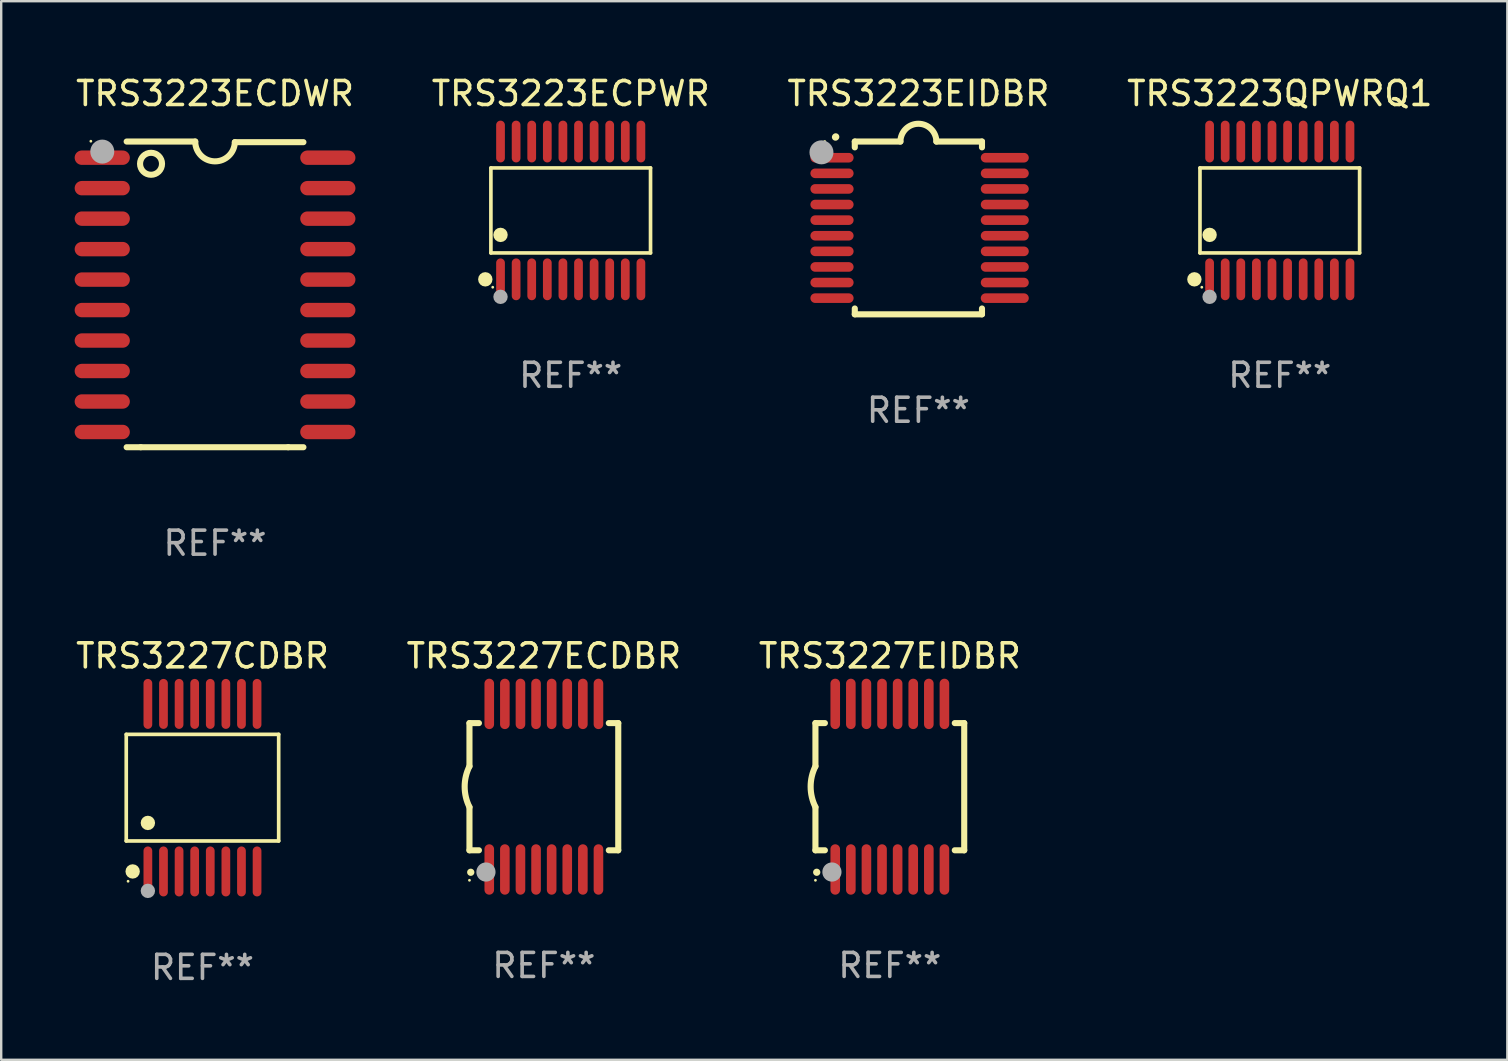
<source format=kicad_pcb>
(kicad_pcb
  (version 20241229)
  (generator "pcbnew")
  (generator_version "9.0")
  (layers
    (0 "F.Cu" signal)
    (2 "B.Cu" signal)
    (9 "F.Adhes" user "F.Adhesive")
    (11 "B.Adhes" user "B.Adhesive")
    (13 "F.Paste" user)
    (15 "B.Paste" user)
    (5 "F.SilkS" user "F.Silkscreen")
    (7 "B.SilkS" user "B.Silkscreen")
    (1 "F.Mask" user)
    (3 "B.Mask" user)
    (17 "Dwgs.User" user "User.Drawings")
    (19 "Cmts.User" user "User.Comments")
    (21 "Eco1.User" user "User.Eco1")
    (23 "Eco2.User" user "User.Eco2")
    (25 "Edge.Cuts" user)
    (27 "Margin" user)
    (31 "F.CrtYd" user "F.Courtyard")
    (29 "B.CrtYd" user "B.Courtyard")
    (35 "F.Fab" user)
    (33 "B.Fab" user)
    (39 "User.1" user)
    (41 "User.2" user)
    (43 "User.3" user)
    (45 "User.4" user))
  (footprint "TRS3227EIDBR"
    (layer "F.Cu")
    (at 34.03 29.732)
    (property "Reference" "TRS3227EIDBR" (at 0 -5.45 0) (layer "F.SilkS") (effects (font (size 1 1) (thickness 0.15))))
    (attr through_hole)
    (fp_line (start -3.1 -2.65) (end -3.1 -0.85) (stroke (width 0.254) (type solid)) (layer "F.SilkS"))
    (fp_line (start -3.1 -2.65) (end -2.706 -2.65) (stroke (width 0.254) (type solid)) (layer "F.SilkS"))
    (fp_line (start -3.1 2.65) (end -3.1 0.85) (stroke (width 0.254) (type solid)) (layer "F.SilkS"))
    (fp_line (start -3.1 2.65) (end -2.706 2.65) (stroke (width 0.254) (type solid)) (layer "F.SilkS"))
    (fp_line (start 2.706 -2.65) (end 3.1 -2.65) (stroke (width 0.254) (type solid)) (layer "F.SilkS"))
    (fp_line (start 2.706 2.65) (end 3.1 2.65) (stroke (width 0.254) (type solid)) (layer "F.SilkS"))
    (fp_line (start 3.1 -2.65) (end 3.1 2.65) (stroke (width 0.254) (type solid)) (layer "F.SilkS"))
    (fp_arc (start -3.098907 0.850902) (mid -3.300057 0.000523) (end -3.1 -0.850114) (stroke (width 0.254001) (type solid)) (layer "F.SilkS"))
    (fp_arc (start -3.048006 3.566066) (mid -3.046736 3.566061) (end -3.045466 3.566066) (stroke (width 0.3) (type solid)) (layer "F.SilkS"))
    (fp_circle (center -3.1 3.9) (end -3.07 3.9) (stroke (width 0.06) (type solid)) (fill no) (layer "F.SilkS"))
    (fp_circle (center -2.413 3.556) (end -2.213 3.556) (stroke (width 0.4) (type solid)) (fill no) (layer "F.Fab"))
    (fp_text user "REF**" (at 0 7.45 0) (layer "F.Fab") (effects (font (size 1 1) (thickness 0.15))))
    (pad "1" smd oval (at -2.275 3.45 180) (size 0.4 2.1) (layers "F.Cu" "F.Mask" "F.Paste"))
    (pad "2" smd oval (at -1.625 3.45 180) (size 0.4 2.1) (layers "F.Cu" "F.Mask" "F.Paste"))
    (pad "3" smd oval (at -0.975 3.45 180) (size 0.4 2.1) (layers "F.Cu" "F.Mask" "F.Paste"))
    (pad "4" smd oval (at -0.325 3.45 180) (size 0.4 2.1) (layers "F.Cu" "F.Mask" "F.Paste"))
    (pad "5" smd oval (at 0.325 3.45 180) (size 0.4 2.1) (layers "F.Cu" "F.Mask" "F.Paste"))
    (pad "6" smd oval (at 0.975 3.45 180) (size 0.4 2.1) (layers "F.Cu" "F.Mask" "F.Paste"))
    (pad "7" smd oval (at 1.625 3.45 180) (size 0.4 2.1) (layers "F.Cu" "F.Mask" "F.Paste"))
    (pad "8" smd oval (at 2.275 3.45 180) (size 0.4 2.1) (layers "F.Cu" "F.Mask" "F.Paste"))
    (pad "9" smd oval (at 2.275 -3.45 180) (size 0.4 2.1) (layers "F.Cu" "F.Mask" "F.Paste"))
    (pad "10" smd oval (at 1.625 -3.45 180) (size 0.4 2.1) (layers "F.Cu" "F.Mask" "F.Paste"))
    (pad "11" smd oval (at 0.975 -3.45 180) (size 0.4 2.1) (layers "F.Cu" "F.Mask" "F.Paste"))
    (pad "12" smd oval (at 0.325 -3.45 180) (size 0.4 2.1) (layers "F.Cu" "F.Mask" "F.Paste"))
    (pad "13" smd oval (at -0.325 -3.45 180) (size 0.4 2.1) (layers "F.Cu" "F.Mask" "F.Paste"))
    (pad "14" smd oval (at -0.975 -3.45 180) (size 0.4 2.1) (layers "F.Cu" "F.Mask" "F.Paste"))
    (pad "15" smd oval (at -1.625 -3.45 180) (size 0.4 2.1) (layers "F.Cu" "F.Mask" "F.Paste"))
    (pad "16" smd oval (at -2.275 -3.45 180) (size 0.4 2.1) (layers "F.Cu" "F.Mask" "F.Paste")))
  (footprint "TRS3223EIDBR"
    (layer "F.Cu")
    (at 35.22 6.448)
    (property "Reference" "TRS3223EIDBR" (at 0 -5.6 0) (layer "F.SilkS") (effects (font (size 1 1) (thickness 0.15))))
    (attr through_hole)
    (fp_line (start -2.65 -3.6) (end -2.65 -3.357) (stroke (width 0.254) (type solid)) (layer "F.SilkS"))
    (fp_line (start -2.65 -3.6) (end -0.75 -3.6) (stroke (width 0.254) (type solid)) (layer "F.SilkS"))
    (fp_line (start -2.65 3.357) (end -2.65 3.6) (stroke (width 0.254) (type solid)) (layer "F.SilkS"))
    (fp_line (start 2.65 -3.6) (end 0.75 -3.6) (stroke (width 0.254) (type solid)) (layer "F.SilkS"))
    (fp_line (start 2.65 -3.6) (end 2.65 -3.357) (stroke (width 0.254) (type solid)) (layer "F.SilkS"))
    (fp_line (start 2.65 3.357) (end 2.65 3.6) (stroke (width 0.254) (type solid)) (layer "F.SilkS"))
    (fp_line (start 2.65 3.6) (end -2.65 3.6) (stroke (width 0.254) (type solid)) (layer "F.SilkS"))
    (fp_arc (start -3.454407 -3.784608) (mid -3.449499 -3.78986) (end -3.444247 -3.794768) (stroke (width 0.3) (type solid)) (layer "F.SilkS"))
    (fp_arc (start -0.749301 -3.599186) (mid -0.000051 -4.348844) (end 0.750013 -3.6) (stroke (width 0.254001) (type solid)) (layer "F.SilkS"))
    (fp_circle (center -3.9 -3.6) (end -3.87 -3.6) (stroke (width 0.06) (type solid)) (fill no) (layer "F.SilkS"))
    (fp_circle (center -4.039 -3.15) (end -3.789 -3.15) (stroke (width 0.5) (type solid)) (fill no) (layer "F.Fab"))
    (fp_text user "REF**" (at 0 7.6 0) (layer "F.Fab") (effects (font (size 1 1) (thickness 0.15))))
    (pad "1" smd oval (at -3.6 -2.926 90) (size 0.4 1.8) (layers "F.Cu" "F.Mask" "F.Paste"))
    (pad "2" smd oval (at -3.6 -2.276 90) (size 0.4 1.8) (layers "F.Cu" "F.Mask" "F.Paste"))
    (pad "3" smd oval (at -3.6 -1.626 90) (size 0.4 1.8) (layers "F.Cu" "F.Mask" "F.Paste"))
    (pad "4" smd oval (at -3.6 -0.975 90) (size 0.4 1.8) (layers "F.Cu" "F.Mask" "F.Paste"))
    (pad "5" smd oval (at -3.6 -0.325 90) (size 0.4 1.8) (layers "F.Cu" "F.Mask" "F.Paste"))
    (pad "6" smd oval (at -3.6 0.325 90) (size 0.4 1.8) (layers "F.Cu" "F.Mask" "F.Paste"))
    (pad "7" smd oval (at -3.6 0.975 90) (size 0.4 1.8) (layers "F.Cu" "F.Mask" "F.Paste"))
    (pad "8" smd oval (at -3.6 1.626 90) (size 0.4 1.8) (layers "F.Cu" "F.Mask" "F.Paste"))
    (pad "9" smd oval (at -3.6 2.276 90) (size 0.4 1.8) (layers "F.Cu" "F.Mask" "F.Paste"))
    (pad "10" smd oval (at -3.6 2.926 90) (size 0.4 1.8) (layers "F.Cu" "F.Mask" "F.Paste"))
    (pad "11" smd oval (at 3.6 2.926 90) (size 0.4 2) (layers "F.Cu" "F.Mask" "F.Paste"))
    (pad "12" smd oval (at 3.6 2.276 90) (size 0.4 2) (layers "F.Cu" "F.Mask" "F.Paste"))
    (pad "13" smd oval (at 3.6 1.626 90) (size 0.4 2) (layers "F.Cu" "F.Mask" "F.Paste"))
    (pad "14" smd oval (at 3.6 0.975 90) (size 0.4 2) (layers "F.Cu" "F.Mask" "F.Paste"))
    (pad "15" smd oval (at 3.6 0.325 90) (size 0.4 2) (layers "F.Cu" "F.Mask" "F.Paste"))
    (pad "16" smd oval (at 3.6 -0.325 90) (size 0.4 2) (layers "F.Cu" "F.Mask" "F.Paste"))
    (pad "17" smd oval (at 3.6 -0.975 90) (size 0.4 2) (layers "F.Cu" "F.Mask" "F.Paste"))
    (pad "18" smd oval (at 3.6 -1.626 90) (size 0.4 2) (layers "F.Cu" "F.Mask" "F.Paste"))
    (pad "19" smd oval (at 3.6 -2.276 90) (size 0.4 2) (layers "F.Cu" "F.Mask" "F.Paste"))
    (pad "20" smd oval (at 3.6 -2.926 90) (size 0.4 2) (layers "F.Cu" "F.Mask" "F.Paste")))
  (footprint "TRS3227ECDBR"
    (layer "F.Cu")
    (at 19.613 29.732)
    (property "Reference" "TRS3227ECDBR" (at 0 -5.45 0) (layer "F.SilkS") (effects (font (size 1 1) (thickness 0.15))))
    (attr through_hole)
    (fp_line (start -3.1 -2.65) (end -3.1 -0.85) (stroke (width 0.254) (type solid)) (layer "F.SilkS"))
    (fp_line (start -3.1 -2.65) (end -2.706 -2.65) (stroke (width 0.254) (type solid)) (layer "F.SilkS"))
    (fp_line (start -3.1 2.65) (end -3.1 0.85) (stroke (width 0.254) (type solid)) (layer "F.SilkS"))
    (fp_line (start -3.1 2.65) (end -2.706 2.65) (stroke (width 0.254) (type solid)) (layer "F.SilkS"))
    (fp_line (start 2.706 -2.65) (end 3.1 -2.65) (stroke (width 0.254) (type solid)) (layer "F.SilkS"))
    (fp_line (start 2.706 2.65) (end 3.1 2.65) (stroke (width 0.254) (type solid)) (layer "F.SilkS"))
    (fp_line (start 3.1 -2.65) (end 3.1 2.65) (stroke (width 0.254) (type solid)) (layer "F.SilkS"))
    (fp_arc (start -3.098907 0.850902) (mid -3.300057 0.000523) (end -3.1 -0.850114) (stroke (width 0.254001) (type solid)) (layer "F.SilkS"))
    (fp_arc (start -3.048006 3.566066) (mid -3.046736 3.566061) (end -3.045466 3.566066) (stroke (width 0.3) (type solid)) (layer "F.SilkS"))
    (fp_circle (center -3.1 3.9) (end -3.07 3.9) (stroke (width 0.06) (type solid)) (fill no) (layer "F.SilkS"))
    (fp_circle (center -2.413 3.556) (end -2.213 3.556) (stroke (width 0.4) (type solid)) (fill no) (layer "F.Fab"))
    (fp_text user "REF**" (at 0 7.45 0) (layer "F.Fab") (effects (font (size 1 1) (thickness 0.15))))
    (pad "1" smd oval (at -2.275 3.45 180) (size 0.4 2.1) (layers "F.Cu" "F.Mask" "F.Paste"))
    (pad "2" smd oval (at -1.625 3.45 180) (size 0.4 2.1) (layers "F.Cu" "F.Mask" "F.Paste"))
    (pad "3" smd oval (at -0.975 3.45 180) (size 0.4 2.1) (layers "F.Cu" "F.Mask" "F.Paste"))
    (pad "4" smd oval (at -0.325 3.45 180) (size 0.4 2.1) (layers "F.Cu" "F.Mask" "F.Paste"))
    (pad "5" smd oval (at 0.325 3.45 180) (size 0.4 2.1) (layers "F.Cu" "F.Mask" "F.Paste"))
    (pad "6" smd oval (at 0.975 3.45 180) (size 0.4 2.1) (layers "F.Cu" "F.Mask" "F.Paste"))
    (pad "7" smd oval (at 1.625 3.45 180) (size 0.4 2.1) (layers "F.Cu" "F.Mask" "F.Paste"))
    (pad "8" smd oval (at 2.275 3.45 180) (size 0.4 2.1) (layers "F.Cu" "F.Mask" "F.Paste"))
    (pad "9" smd oval (at 2.275 -3.45 180) (size 0.4 2.1) (layers "F.Cu" "F.Mask" "F.Paste"))
    (pad "10" smd oval (at 1.625 -3.45 180) (size 0.4 2.1) (layers "F.Cu" "F.Mask" "F.Paste"))
    (pad "11" smd oval (at 0.975 -3.45 180) (size 0.4 2.1) (layers "F.Cu" "F.Mask" "F.Paste"))
    (pad "12" smd oval (at 0.325 -3.45 180) (size 0.4 2.1) (layers "F.Cu" "F.Mask" "F.Paste"))
    (pad "13" smd oval (at -0.325 -3.45 180) (size 0.4 2.1) (layers "F.Cu" "F.Mask" "F.Paste"))
    (pad "14" smd oval (at -0.975 -3.45 180) (size 0.4 2.1) (layers "F.Cu" "F.Mask" "F.Paste"))
    (pad "15" smd oval (at -1.625 -3.45 180) (size 0.4 2.1) (layers "F.Cu" "F.Mask" "F.Paste"))
    (pad "16" smd oval (at -2.275 -3.45 180) (size 0.4 2.1) (layers "F.Cu" "F.Mask" "F.Paste")))
  (footprint "TRS3223QPWRQ1"
    (layer "F.Cu")
    (at 50.28 5.719)
    (property "Reference" "TRS3223QPWRQ1" (at 0 -4.871 0) (layer "F.SilkS") (effects (font (size 1 1) (thickness 0.15))))
    (attr through_hole)
    (fp_line (start -3.326 -1.771) (end 3.326 -1.771) (stroke (width 0.152) (type solid)) (layer "F.SilkS"))
    (fp_line (start -3.326 1.771) (end -3.326 -1.771) (stroke (width 0.152) (type solid)) (layer "F.SilkS"))
    (fp_line (start 3.326 -1.771) (end 3.326 1.771) (stroke (width 0.152) (type solid)) (layer "F.SilkS"))
    (fp_line (start 3.326 1.771) (end -3.326 1.771) (stroke (width 0.152) (type solid)) (layer "F.SilkS"))
    (fp_circle (center -3.559 2.871) (end -3.409 2.871) (stroke (width 0.3) (type solid)) (fill no) (layer "F.SilkS"))
    (fp_circle (center -3.25 3.2) (end -3.22 3.2) (stroke (width 0.06) (type solid)) (fill no) (layer "F.SilkS"))
    (fp_circle (center -2.925 1.019) (end -2.775 1.019) (stroke (width 0.3) (type solid)) (fill no) (layer "F.SilkS"))
    (fp_circle (center -2.925 3.6) (end -2.775 3.6) (stroke (width 0.3) (type solid)) (fill no) (layer "F.Fab"))
    (fp_text user "REF**" (at 0 6.871 0) (layer "F.Fab") (effects (font (size 1 1) (thickness 0.15))))
    (pad "1" smd oval (at -2.925 2.871) (size 0.364 1.742) (layers "F.Cu" "F.Mask" "F.Paste"))
    (pad "2" smd oval (at -2.275 2.871) (size 0.364 1.742) (layers "F.Cu" "F.Mask" "F.Paste"))
    (pad "3" smd oval (at -1.625 2.871) (size 0.364 1.742) (layers "F.Cu" "F.Mask" "F.Paste"))
    (pad "4" smd oval (at -0.975 2.871) (size 0.364 1.742) (layers "F.Cu" "F.Mask" "F.Paste"))
    (pad "5" smd oval (at -0.325 2.871) (size 0.364 1.742) (layers "F.Cu" "F.Mask" "F.Paste"))
    (pad "6" smd oval (at 0.325 2.871) (size 0.364 1.742) (layers "F.Cu" "F.Mask" "F.Paste"))
    (pad "7" smd oval (at 0.975 2.871) (size 0.364 1.742) (layers "F.Cu" "F.Mask" "F.Paste"))
    (pad "8" smd oval (at 1.625 2.871) (size 0.364 1.742) (layers "F.Cu" "F.Mask" "F.Paste"))
    (pad "9" smd oval (at 2.275 2.871) (size 0.364 1.742) (layers "F.Cu" "F.Mask" "F.Paste"))
    (pad "10" smd oval (at 2.925 2.871) (size 0.364 1.742) (layers "F.Cu" "F.Mask" "F.Paste"))
    (pad "11" smd oval (at 2.925 -2.871) (size 0.364 1.742) (layers "F.Cu" "F.Mask" "F.Paste"))
    (pad "12" smd oval (at 2.275 -2.871) (size 0.364 1.742) (layers "F.Cu" "F.Mask" "F.Paste"))
    (pad "13" smd oval (at 1.625 -2.871) (size 0.364 1.742) (layers "F.Cu" "F.Mask" "F.Paste"))
    (pad "14" smd oval (at 0.975 -2.871) (size 0.364 1.742) (layers "F.Cu" "F.Mask" "F.Paste"))
    (pad "15" smd oval (at 0.325 -2.871) (size 0.364 1.742) (layers "F.Cu" "F.Mask" "F.Paste"))
    (pad "16" smd oval (at -0.325 -2.871) (size 0.364 1.742) (layers "F.Cu" "F.Mask" "F.Paste"))
    (pad "17" smd oval (at -0.975 -2.871) (size 0.364 1.742) (layers "F.Cu" "F.Mask" "F.Paste"))
    (pad "18" smd oval (at -1.625 -2.871) (size 0.364 1.742) (layers "F.Cu" "F.Mask" "F.Paste"))
    (pad "19" smd oval (at -2.275 -2.871) (size 0.364 1.742) (layers "F.Cu" "F.Mask" "F.Paste"))
    (pad "20" smd oval (at -2.925 -2.871) (size 0.364 1.742) (layers "F.Cu" "F.Mask" "F.Paste")))
  (footprint "TRS3227CDBR"
    (layer "F.Cu")
    (at 5.387 29.773)
    (property "Reference" "TRS3227CDBR" (at 0 -5.491 0) (layer "F.SilkS") (effects (font (size 1 1) (thickness 0.15))))
    (attr through_hole)
    (fp_line (start -3.176 -2.221) (end 3.176 -2.221) (stroke (width 0.152) (type solid)) (layer "F.SilkS"))
    (fp_line (start -3.176 2.221) (end -3.176 -2.221) (stroke (width 0.152) (type solid)) (layer "F.SilkS"))
    (fp_line (start 3.176 -2.221) (end 3.176 2.221) (stroke (width 0.152) (type solid)) (layer "F.SilkS"))
    (fp_line (start 3.176 2.221) (end -3.176 2.221) (stroke (width 0.152) (type solid)) (layer "F.SilkS"))
    (fp_circle (center -3.1 3.9) (end -3.07 3.9) (stroke (width 0.06) (type solid)) (fill no) (layer "F.SilkS"))
    (fp_circle (center -2.909 3.491) (end -2.759 3.491) (stroke (width 0.3) (type solid)) (fill no) (layer "F.SilkS"))
    (fp_circle (center -2.275 1.469) (end -2.125 1.469) (stroke (width 0.3) (type solid)) (fill no) (layer "F.SilkS"))
    (fp_circle (center -2.275 4.3) (end -2.125 4.3) (stroke (width 0.3) (type solid)) (fill no) (layer "F.Fab"))
    (fp_text user "REF**" (at 0 7.491 0) (layer "F.Fab") (effects (font (size 1 1) (thickness 0.15))))
    (pad "1" smd oval (at -2.275 3.491) (size 0.364 2.082) (layers "F.Cu" "F.Mask" "F.Paste"))
    (pad "2" smd oval (at -1.625 3.491) (size 0.364 2.082) (layers "F.Cu" "F.Mask" "F.Paste"))
    (pad "3" smd oval (at -0.975 3.491) (size 0.364 2.082) (layers "F.Cu" "F.Mask" "F.Paste"))
    (pad "4" smd oval (at -0.325 3.491) (size 0.364 2.082) (layers "F.Cu" "F.Mask" "F.Paste"))
    (pad "5" smd oval (at 0.325 3.491) (size 0.364 2.082) (layers "F.Cu" "F.Mask" "F.Paste"))
    (pad "6" smd oval (at 0.975 3.491) (size 0.364 2.082) (layers "F.Cu" "F.Mask" "F.Paste"))
    (pad "7" smd oval (at 1.625 3.491) (size 0.364 2.082) (layers "F.Cu" "F.Mask" "F.Paste"))
    (pad "8" smd oval (at 2.275 3.491) (size 0.364 2.082) (layers "F.Cu" "F.Mask" "F.Paste"))
    (pad "9" smd oval (at 2.275 -3.491) (size 0.364 2.082) (layers "F.Cu" "F.Mask" "F.Paste"))
    (pad "10" smd oval (at 1.625 -3.491) (size 0.364 2.082) (layers "F.Cu" "F.Mask" "F.Paste"))
    (pad "11" smd oval (at 0.975 -3.491) (size 0.364 2.082) (layers "F.Cu" "F.Mask" "F.Paste"))
    (pad "12" smd oval (at 0.325 -3.491) (size 0.364 2.082) (layers "F.Cu" "F.Mask" "F.Paste"))
    (pad "13" smd oval (at -0.325 -3.491) (size 0.364 2.082) (layers "F.Cu" "F.Mask" "F.Paste"))
    (pad "14" smd oval (at -0.975 -3.491) (size 0.364 2.082) (layers "F.Cu" "F.Mask" "F.Paste"))
    (pad "15" smd oval (at -1.625 -3.491) (size 0.364 2.082) (layers "F.Cu" "F.Mask" "F.Paste"))
    (pad "16" smd oval (at -2.275 -3.491) (size 0.364 2.082) (layers "F.Cu" "F.Mask" "F.Paste")))
  (footprint "TRS3223ECPWR"
    (layer "F.Cu")
    (at 20.732 5.719)
    (property "Reference" "TRS3223ECPWR" (at 0 -4.871 0) (layer "F.SilkS") (effects (font (size 1 1) (thickness 0.15))))
    (attr through_hole)
    (fp_line (start -3.326 -1.771) (end 3.326 -1.771) (stroke (width 0.152) (type solid)) (layer "F.SilkS"))
    (fp_line (start -3.326 1.771) (end -3.326 -1.771) (stroke (width 0.152) (type solid)) (layer "F.SilkS"))
    (fp_line (start 3.326 -1.771) (end 3.326 1.771) (stroke (width 0.152) (type solid)) (layer "F.SilkS"))
    (fp_line (start 3.326 1.771) (end -3.326 1.771) (stroke (width 0.152) (type solid)) (layer "F.SilkS"))
    (fp_circle (center -3.559 2.871) (end -3.409 2.871) (stroke (width 0.3) (type solid)) (fill no) (layer "F.SilkS"))
    (fp_circle (center -3.25 3.2) (end -3.22 3.2) (stroke (width 0.06) (type solid)) (fill no) (layer "F.SilkS"))
    (fp_circle (center -2.925 1.019) (end -2.775 1.019) (stroke (width 0.3) (type solid)) (fill no) (layer "F.SilkS"))
    (fp_circle (center -2.925 3.6) (end -2.775 3.6) (stroke (width 0.3) (type solid)) (fill no) (layer "F.Fab"))
    (fp_text user "REF**" (at 0 6.871 0) (layer "F.Fab") (effects (font (size 1 1) (thickness 0.15))))
    (pad "1" smd oval (at -2.925 2.871) (size 0.364 1.742) (layers "F.Cu" "F.Mask" "F.Paste"))
    (pad "2" smd oval (at -2.275 2.871) (size 0.364 1.742) (layers "F.Cu" "F.Mask" "F.Paste"))
    (pad "3" smd oval (at -1.625 2.871) (size 0.364 1.742) (layers "F.Cu" "F.Mask" "F.Paste"))
    (pad "4" smd oval (at -0.975 2.871) (size 0.364 1.742) (layers "F.Cu" "F.Mask" "F.Paste"))
    (pad "5" smd oval (at -0.325 2.871) (size 0.364 1.742) (layers "F.Cu" "F.Mask" "F.Paste"))
    (pad "6" smd oval (at 0.325 2.871) (size 0.364 1.742) (layers "F.Cu" "F.Mask" "F.Paste"))
    (pad "7" smd oval (at 0.975 2.871) (size 0.364 1.742) (layers "F.Cu" "F.Mask" "F.Paste"))
    (pad "8" smd oval (at 1.625 2.871) (size 0.364 1.742) (layers "F.Cu" "F.Mask" "F.Paste"))
    (pad "9" smd oval (at 2.275 2.871) (size 0.364 1.742) (layers "F.Cu" "F.Mask" "F.Paste"))
    (pad "10" smd oval (at 2.925 2.871) (size 0.364 1.742) (layers "F.Cu" "F.Mask" "F.Paste"))
    (pad "11" smd oval (at 2.925 -2.871) (size 0.364 1.742) (layers "F.Cu" "F.Mask" "F.Paste"))
    (pad "12" smd oval (at 2.275 -2.871) (size 0.364 1.742) (layers "F.Cu" "F.Mask" "F.Paste"))
    (pad "13" smd oval (at 1.625 -2.871) (size 0.364 1.742) (layers "F.Cu" "F.Mask" "F.Paste"))
    (pad "14" smd oval (at 0.975 -2.871) (size 0.364 1.742) (layers "F.Cu" "F.Mask" "F.Paste"))
    (pad "15" smd oval (at 0.325 -2.871) (size 0.364 1.742) (layers "F.Cu" "F.Mask" "F.Paste"))
    (pad "16" smd oval (at -0.325 -2.871) (size 0.364 1.742) (layers "F.Cu" "F.Mask" "F.Paste"))
    (pad "17" smd oval (at -0.975 -2.871) (size 0.364 1.742) (layers "F.Cu" "F.Mask" "F.Paste"))
    (pad "18" smd oval (at -1.625 -2.871) (size 0.364 1.742) (layers "F.Cu" "F.Mask" "F.Paste"))
    (pad "19" smd oval (at -2.275 -2.871) (size 0.364 1.742) (layers "F.Cu" "F.Mask" "F.Paste"))
    (pad "20" smd oval (at -2.925 -2.871) (size 0.364 1.742) (layers "F.Cu" "F.Mask" "F.Paste")))
  (footprint "TRS3223ECDWR"
    (layer "F.Cu")
    (at 5.911 9.217)
    (property "Reference" "TRS3223ECDWR" (at 0 -8.369 0) (layer "F.SilkS") (effects (font (size 1 1) (thickness 0.15))))
    (attr through_hole)
    (fp_line (start -3.096 6.369) (end -3.683 6.369) (stroke (width 0.254) (type solid)) (layer "F.SilkS"))
    (fp_line (start -0.825 -6.369) (end -3.683 -6.369) (stroke (width 0.254) (type solid)) (layer "F.SilkS"))
    (fp_line (start 0.826 -6.343) (end 3.683 -6.343) (stroke (width 0.254) (type solid)) (layer "F.SilkS"))
    (fp_line (start 3.048 6.369) (end -3.096 6.369) (stroke (width 0.254) (type solid)) (layer "F.SilkS"))
    (fp_line (start 3.048 6.369) (end 3.683 6.369) (stroke (width 0.254) (type solid)) (layer "F.SilkS"))
    (fp_arc (start 0.825527 -6.343129) (mid -0.012478 -5.543126) (end -0.825476 -6.36853) (stroke (width 0.254001) (type solid)) (layer "F.SilkS"))
    (fp_circle (center -5.175 -6.382) (end -5.145 -6.382) (stroke (width 0.06) (type solid)) (fill no) (layer "F.SilkS"))
    (fp_circle (center -2.667 -5.442) (end -2.209 -5.442) (stroke (width 0.254) (type solid)) (fill no) (layer "F.SilkS"))
    (fp_circle (center -4.699 -5.95) (end -4.449 -5.95) (stroke (width 0.5) (type solid)) (fill no) (layer "F.Fab"))
    (fp_text user "REF**" (at 0 10.369 0) (layer "F.Fab") (effects (font (size 1 1) (thickness 0.15))))
    (pad "1" smd oval (at -4.7 -5.696 90) (size 0.6 2.3) (layers "F.Cu" "F.Mask" "F.Paste"))
    (pad "2" smd oval (at -4.7 -4.426 90) (size 0.6 2.3) (layers "F.Cu" "F.Mask" "F.Paste"))
    (pad "3" smd oval (at -4.7 -3.156 90) (size 0.6 2.3) (layers "F.Cu" "F.Mask" "F.Paste"))
    (pad "4" smd oval (at -4.7 -1.886 90) (size 0.6 2.3) (layers "F.Cu" "F.Mask" "F.Paste"))
    (pad "5" smd oval (at -4.7 -0.616 90) (size 0.6 2.3) (layers "F.Cu" "F.Mask" "F.Paste"))
    (pad "6" smd oval (at -4.7 0.654 90) (size 0.6 2.3) (layers "F.Cu" "F.Mask" "F.Paste"))
    (pad "7" smd oval (at -4.7 1.924 90) (size 0.6 2.3) (layers "F.Cu" "F.Mask" "F.Paste"))
    (pad "8" smd oval (at -4.7 3.194 90) (size 0.6 2.3) (layers "F.Cu" "F.Mask" "F.Paste"))
    (pad "9" smd oval (at -4.7 4.464 90) (size 0.6 2.3) (layers "F.Cu" "F.Mask" "F.Paste"))
    (pad "10" smd oval (at -4.7 5.734 90) (size 0.6 2.3) (layers "F.Cu" "F.Mask" "F.Paste"))
    (pad "11" smd oval (at 4.7 5.734 90) (size 0.6 2.3) (layers "F.Cu" "F.Mask" "F.Paste"))
    (pad "12" smd oval (at 4.7 4.464 90) (size 0.6 2.3) (layers "F.Cu" "F.Mask" "F.Paste"))
    (pad "13" smd oval (at 4.7 3.194 90) (size 0.6 2.3) (layers "F.Cu" "F.Mask" "F.Paste"))
    (pad "14" smd oval (at 4.7 1.924 90) (size 0.6 2.3) (layers "F.Cu" "F.Mask" "F.Paste"))
    (pad "15" smd oval (at 4.7 0.654 90) (size 0.6 2.3) (layers "F.Cu" "F.Mask" "F.Paste"))
    (pad "16" smd oval (at 4.7 -0.616 90) (size 0.6 2.3) (layers "F.Cu" "F.Mask" "F.Paste"))
    (pad "17" smd oval (at 4.7 -1.886 90) (size 0.6 2.3) (layers "F.Cu" "F.Mask" "F.Paste"))
    (pad "18" smd oval (at 4.7 -3.156 90) (size 0.6 2.3) (layers "F.Cu" "F.Mask" "F.Paste"))
    (pad "19" smd oval (at 4.7 -4.426 90) (size 0.6 2.3) (layers "F.Cu" "F.Mask" "F.Paste"))
    (pad "20" smd oval (at 4.7 -5.696 90) (size 0.6 2.3) (layers "F.Cu" "F.Mask" "F.Paste")))
  (gr_rect
    (start -3 -3)
    (end 59.762 41.112)
    (stroke (width 0.1) (type default))
    (fill no)
    (layer "Edge.Cuts")))
</source>
